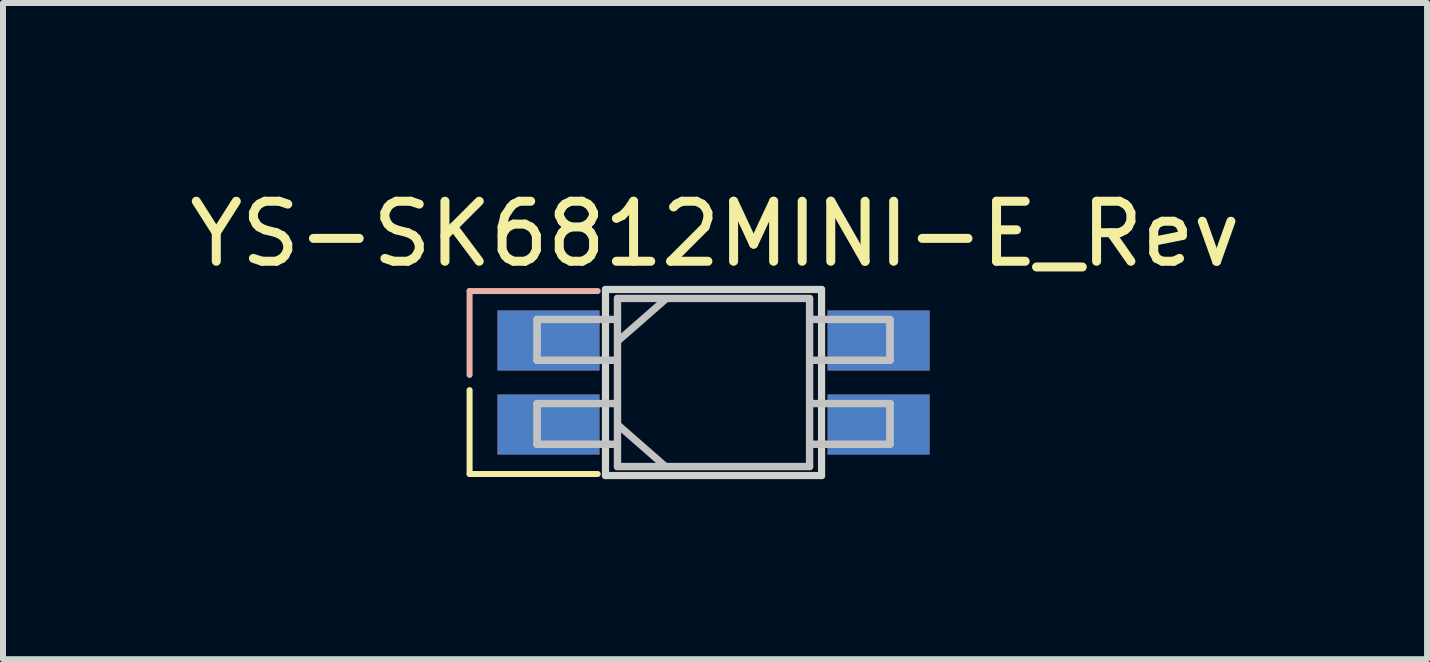
<source format=kicad_pcb>
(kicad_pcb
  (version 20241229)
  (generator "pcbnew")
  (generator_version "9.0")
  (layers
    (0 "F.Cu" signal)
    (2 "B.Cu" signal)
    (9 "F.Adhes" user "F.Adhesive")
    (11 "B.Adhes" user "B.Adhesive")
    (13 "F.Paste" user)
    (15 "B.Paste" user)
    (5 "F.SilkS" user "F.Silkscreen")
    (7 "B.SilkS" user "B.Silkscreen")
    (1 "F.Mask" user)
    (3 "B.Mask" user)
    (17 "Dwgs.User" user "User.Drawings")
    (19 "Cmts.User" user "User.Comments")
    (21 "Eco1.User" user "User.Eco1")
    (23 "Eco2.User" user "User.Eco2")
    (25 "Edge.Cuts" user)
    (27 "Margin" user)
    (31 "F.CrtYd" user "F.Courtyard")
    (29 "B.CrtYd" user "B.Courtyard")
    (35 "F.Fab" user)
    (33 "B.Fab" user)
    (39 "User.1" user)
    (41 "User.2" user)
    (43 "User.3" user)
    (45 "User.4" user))
  (footprint "YS-SK6812MINI-E_Rev"
    (layer "F.Cu")
    (at 8.838 3.323)
    (property "Reference" "YS-SK6812MINI-E_Rev" (at 0.025 -2.475 0) (layer "F.SilkS") (effects (font (size 1 1) (thickness 0.15))))
    (attr through_hole)
    (fp_line (start -4.064 1.524) (end -4.064 0.127) (stroke (width 0.1) (type solid)) (layer "F.SilkS"))
    (fp_line (start -1.93 1.524) (end -4.064 1.524) (stroke (width 0.1) (type default)) (layer "F.SilkS"))
    (fp_line (start -4.064 -1.524) (end -1.93 -1.524) (stroke (width 0.1) (type default)) (layer "B.SilkS"))
    (fp_line (start -4.064 -0.127) (end -4.064 -1.524) (stroke (width 0.1) (type solid)) (layer "B.SilkS"))
    (fp_line (start -2.94 -1.05) (end -2.94 -0.37) (stroke (width 0.12) (type solid)) (layer "Dwgs.User"))
    (fp_line (start -2.94 -1.05) (end -1.6 -1.05) (stroke (width 0.12) (type solid)) (layer "Dwgs.User"))
    (fp_line (start -2.94 -0.37) (end -2.94 -1.05) (stroke (width 0.12) (type solid)) (layer "Dwgs.User"))
    (fp_line (start -2.94 -0.37) (end -1.6 -0.37) (stroke (width 0.12) (type solid)) (layer "Dwgs.User"))
    (fp_line (start -2.94 0.35) (end -2.94 1.03) (stroke (width 0.12) (type solid)) (layer "Dwgs.User"))
    (fp_line (start -2.94 0.35) (end -1.6 0.35) (stroke (width 0.12) (type solid)) (layer "Dwgs.User"))
    (fp_line (start -2.94 1.03) (end -2.94 0.35) (stroke (width 0.12) (type solid)) (layer "Dwgs.User"))
    (fp_line (start -2.94 1.03) (end -1.6 1.03) (stroke (width 0.12) (type solid)) (layer "Dwgs.User"))
    (fp_line (start -1.6 -1.4) (end -1.6 1.4) (stroke (width 0.12) (type solid)) (layer "Dwgs.User"))
    (fp_line (start -1.6 -1.4) (end -1.6 1.4) (stroke (width 0.12) (type solid)) (layer "Dwgs.User"))
    (fp_line (start -1.6 -1.4) (end 1.6 -1.4) (stroke (width 0.12) (type solid)) (layer "Dwgs.User"))
    (fp_line (start -1.6 -1.05) (end -2.94 -1.05) (stroke (width 0.12) (type solid)) (layer "Dwgs.User"))
    (fp_line (start -1.6 -0.37) (end -2.94 -0.37) (stroke (width 0.12) (type solid)) (layer "Dwgs.User"))
    (fp_line (start -1.6 0.35) (end -2.94 0.35) (stroke (width 0.12) (type solid)) (layer "Dwgs.User"))
    (fp_line (start -1.6 0.7) (end -0.8 1.4) (stroke (width 0.12) (type solid)) (layer "Dwgs.User"))
    (fp_line (start -1.6 1.03) (end -2.94 1.03) (stroke (width 0.12) (type solid)) (layer "Dwgs.User"))
    (fp_line (start -1.6 1.4) (end 1.6 1.4) (stroke (width 0.12) (type solid)) (layer "Dwgs.User"))
    (fp_line (start -0.794 -1.391) (end -1.594 -0.691) (stroke (width 0.12) (type solid)) (layer "Dwgs.User"))
    (fp_line (start 1.6 -1.4) (end -1.6 -1.4) (stroke (width 0.12) (type solid)) (layer "Dwgs.User"))
    (fp_line (start 1.6 -1.4) (end 1.6 1.4) (stroke (width 0.12) (type solid)) (layer "Dwgs.User"))
    (fp_line (start 1.6 -1.4) (end 1.6 1.4) (stroke (width 0.12) (type solid)) (layer "Dwgs.User"))
    (fp_line (start 1.6 -1.05) (end 2.94 -1.05) (stroke (width 0.12) (type solid)) (layer "Dwgs.User"))
    (fp_line (start 1.6 -0.37) (end 2.94 -0.37) (stroke (width 0.12) (type solid)) (layer "Dwgs.User"))
    (fp_line (start 1.6 0.35) (end 2.94 0.35) (stroke (width 0.12) (type solid)) (layer "Dwgs.User"))
    (fp_line (start 1.6 1.03) (end 2.94 1.03) (stroke (width 0.12) (type solid)) (layer "Dwgs.User"))
    (fp_line (start 1.6 1.4) (end -1.6 1.4) (stroke (width 0.12) (type solid)) (layer "Dwgs.User"))
    (fp_line (start 2.94 -1.05) (end 1.6 -1.05) (stroke (width 0.12) (type solid)) (layer "Dwgs.User"))
    (fp_line (start 2.94 -1.05) (end 2.94 -0.37) (stroke (width 0.12) (type solid)) (layer "Dwgs.User"))
    (fp_line (start 2.94 -0.37) (end 1.6 -0.37) (stroke (width 0.12) (type solid)) (layer "Dwgs.User"))
    (fp_line (start 2.94 -0.37) (end 2.94 -1.05) (stroke (width 0.12) (type solid)) (layer "Dwgs.User"))
    (fp_line (start 2.94 0.35) (end 1.6 0.35) (stroke (width 0.12) (type solid)) (layer "Dwgs.User"))
    (fp_line (start 2.94 0.35) (end 2.94 1.03) (stroke (width 0.12) (type solid)) (layer "Dwgs.User"))
    (fp_line (start 2.94 1.03) (end 1.6 1.03) (stroke (width 0.12) (type solid)) (layer "Dwgs.User"))
    (fp_line (start 2.94 1.03) (end 2.94 0.35) (stroke (width 0.12) (type solid)) (layer "Dwgs.User"))
    (fp_line (start -1.8 -1.55) (end 1.8 -1.55) (stroke (width 0.12) (type solid)) (layer "Edge.Cuts"))
    (fp_line (start -1.8 1.55) (end -1.8 -1.55) (stroke (width 0.12) (type solid)) (layer "Edge.Cuts"))
    (fp_line (start 1.8 -1.55) (end 1.8 1.55) (stroke (width 0.12) (type solid)) (layer "Edge.Cuts"))
    (fp_line (start 1.8 1.55) (end -1.8 1.55) (stroke (width 0.12) (type solid)) (layer "Edge.Cuts"))
    (pad "1" smd rect (at 2.75 -0.7) (size 1.7 1) (layers "F.Cu" "F.Mask" "F.Paste"))
    (pad "1" smd rect (at 2.75 0.7 180) (size 1.7 1) (layers "B.Cu" "B.Mask" "B.Paste"))
    (pad "2" smd rect (at 2.75 -0.7 180) (size 1.7 1) (layers "B.Cu" "B.Mask" "B.Paste"))
    (pad "2" smd rect (at 2.75 0.7) (size 1.7 1) (layers "F.Cu" "F.Mask" "F.Paste"))
    (pad "3" smd rect (at -2.75 -0.7 180) (size 1.7 1) (layers "B.Cu" "B.Mask" "B.Paste"))
    (pad "3" smd rect (at -2.75 0.7) (size 1.7 1) (layers "F.Cu" "F.Mask" "F.Paste"))
    (pad "4" smd rect (at -2.75 -0.7) (size 1.7 1) (layers "F.Cu" "F.Mask" "F.Paste"))
    (pad "4" smd rect (at -2.75 0.7 180) (size 1.7 1) (layers "B.Cu" "B.Mask" "B.Paste")))
  (gr_rect
    (start -3 -3)
    (end 20.726 7.933)
    (stroke (width 0.1) (type default))
    (fill no)
    (layer "Edge.Cuts")))
</source>
